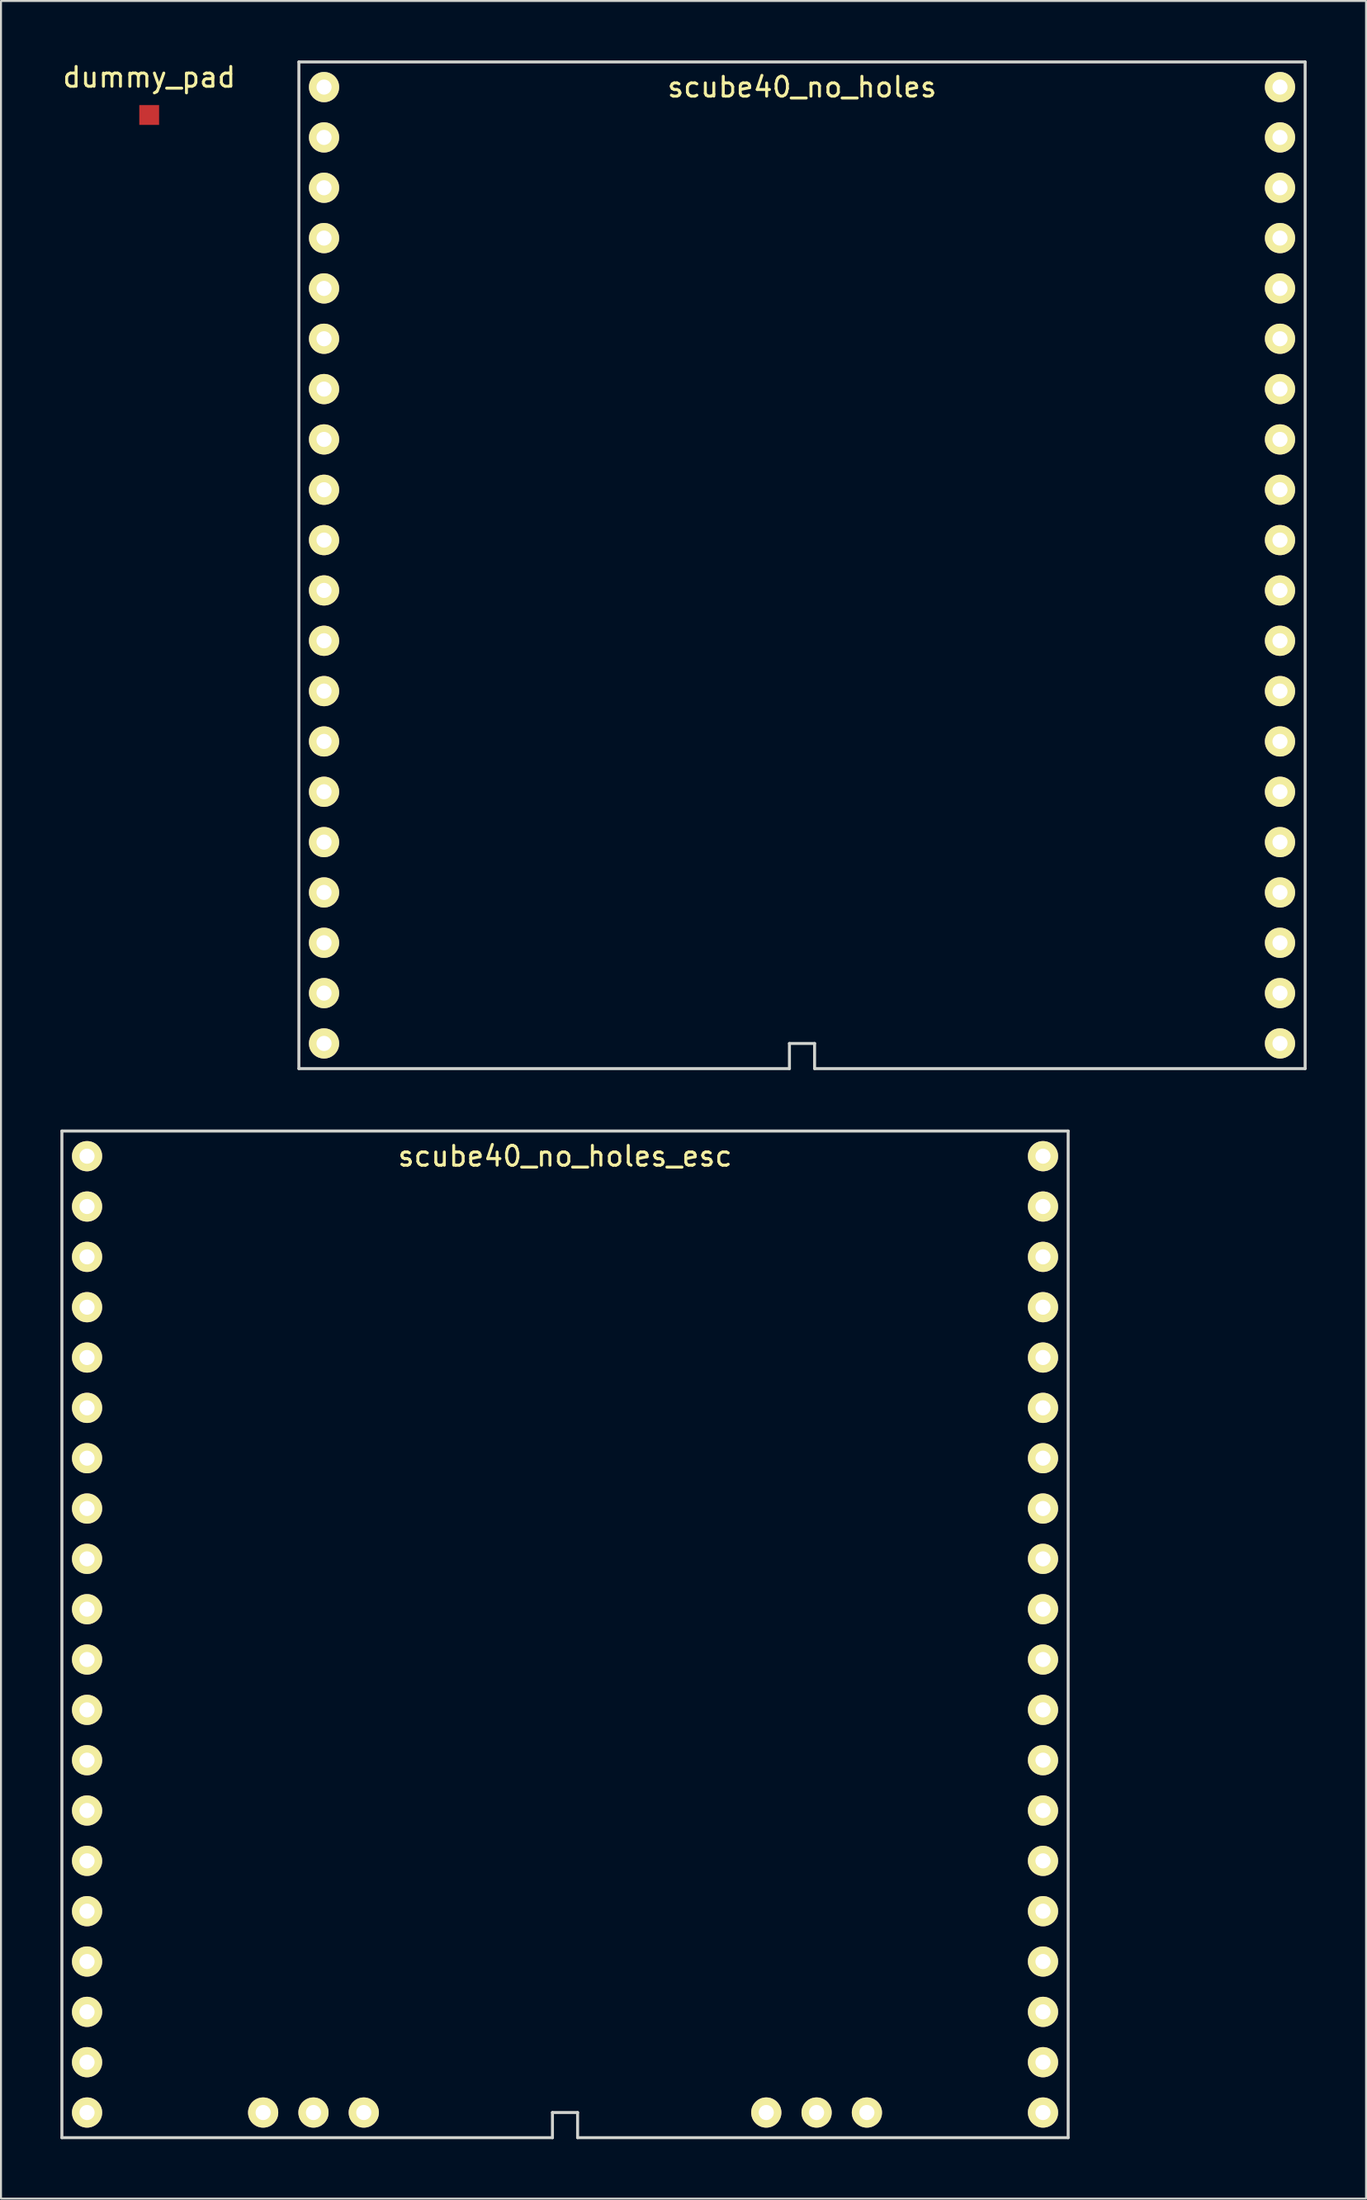
<source format=kicad_pcb>
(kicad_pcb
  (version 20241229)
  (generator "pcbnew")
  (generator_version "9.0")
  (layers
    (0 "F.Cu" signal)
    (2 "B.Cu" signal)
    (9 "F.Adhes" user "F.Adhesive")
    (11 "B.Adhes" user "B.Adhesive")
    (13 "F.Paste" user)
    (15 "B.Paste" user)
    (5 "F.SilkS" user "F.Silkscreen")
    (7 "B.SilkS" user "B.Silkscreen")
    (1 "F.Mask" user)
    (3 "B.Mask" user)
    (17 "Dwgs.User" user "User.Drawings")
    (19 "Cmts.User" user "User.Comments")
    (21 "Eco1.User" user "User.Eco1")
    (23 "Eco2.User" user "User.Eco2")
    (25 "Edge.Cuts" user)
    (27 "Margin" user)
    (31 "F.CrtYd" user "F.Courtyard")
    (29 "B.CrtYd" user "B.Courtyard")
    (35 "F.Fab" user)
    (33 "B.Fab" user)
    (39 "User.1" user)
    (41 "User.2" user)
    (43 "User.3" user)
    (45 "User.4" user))
  (footprint "scube40_no_holes"
    (layer "F.Cu")
    (at 37.439 25.475)
    (property "Reference" "scube40_no_holes" (at 0 -24.13 0) (layer "F.SilkS") (effects (font (size 1 1) (thickness 0.15))))
    (attr through_hole)
    (fp_line (start -25.4 -25.4) (end 25.4 -25.4) (stroke (width 0.15) (type solid)) (layer "Edge.Cuts"))
    (fp_line (start -25.4 25.4) (end -25.4 -25.4) (stroke (width 0.15) (type solid)) (layer "Edge.Cuts"))
    (fp_line (start -0.635 24.13) (end -0.635 25.4) (stroke (width 0.15) (type solid)) (layer "Edge.Cuts"))
    (fp_line (start -0.635 25.4) (end -25.4 25.4) (stroke (width 0.15) (type solid)) (layer "Edge.Cuts"))
    (fp_line (start 0.635 24.13) (end -0.635 24.13) (stroke (width 0.15) (type solid)) (layer "Edge.Cuts"))
    (fp_line (start 0.635 25.4) (end 0.635 24.13) (stroke (width 0.15) (type solid)) (layer "Edge.Cuts"))
    (fp_line (start 25.4 -25.4) (end 25.4 25.4) (stroke (width 0.15) (type solid)) (layer "Edge.Cuts"))
    (fp_line (start 25.4 25.4) (end 0.635 25.4) (stroke (width 0.15) (type solid)) (layer "Edge.Cuts"))
    (pad "1" thru_hole circle (at -24.13 -24.13) (size 1.524 1.524) (drill 0.762) (layers "*.Cu" "*.Mask" "F.SilkS"))
    (pad "2" thru_hole circle (at -24.13 -21.59) (size 1.524 1.524) (drill 0.762) (layers "*.Cu" "*.Mask" "F.SilkS"))
    (pad "3" thru_hole circle (at -24.13 -19.05) (size 1.524 1.524) (drill 0.762) (layers "*.Cu" "*.Mask" "F.SilkS"))
    (pad "4" thru_hole circle (at -24.13 -16.51) (size 1.524 1.524) (drill 0.762) (layers "*.Cu" "*.Mask" "F.SilkS"))
    (pad "5" thru_hole circle (at -24.13 -13.97) (size 1.524 1.524) (drill 0.762) (layers "*.Cu" "*.Mask" "F.SilkS"))
    (pad "6" thru_hole circle (at -24.13 -11.43) (size 1.524 1.524) (drill 0.762) (layers "*.Cu" "*.Mask" "F.SilkS"))
    (pad "7" thru_hole circle (at -24.13 -8.89) (size 1.524 1.524) (drill 0.762) (layers "*.Cu" "*.Mask" "F.SilkS"))
    (pad "8" thru_hole circle (at -24.13 -6.35) (size 1.524 1.524) (drill 0.762) (layers "*.Cu" "*.Mask" "F.SilkS"))
    (pad "9" thru_hole circle (at -24.13 -3.81) (size 1.524 1.524) (drill 0.762) (layers "*.Cu" "*.Mask" "F.SilkS"))
    (pad "10" thru_hole circle (at -24.13 -1.27) (size 1.524 1.524) (drill 0.762) (layers "*.Cu" "*.Mask" "F.SilkS"))
    (pad "11" thru_hole circle (at -24.13 1.27) (size 1.524 1.524) (drill 0.762) (layers "*.Cu" "*.Mask" "F.SilkS"))
    (pad "12" thru_hole circle (at -24.13 3.81) (size 1.524 1.524) (drill 0.762) (layers "*.Cu" "*.Mask" "F.SilkS"))
    (pad "13" thru_hole circle (at -24.13 6.35) (size 1.524 1.524) (drill 0.762) (layers "*.Cu" "*.Mask" "F.SilkS"))
    (pad "14" thru_hole circle (at -24.13 8.89) (size 1.524 1.524) (drill 0.762) (layers "*.Cu" "*.Mask" "F.SilkS"))
    (pad "15" thru_hole circle (at -24.13 11.43) (size 1.524 1.524) (drill 0.762) (layers "*.Cu" "*.Mask" "F.SilkS"))
    (pad "16" thru_hole circle (at -24.13 13.97) (size 1.524 1.524) (drill 0.762) (layers "*.Cu" "*.Mask" "F.SilkS"))
    (pad "17" thru_hole circle (at -24.13 16.51) (size 1.524 1.524) (drill 0.762) (layers "*.Cu" "*.Mask" "F.SilkS"))
    (pad "18" thru_hole circle (at -24.13 19.05) (size 1.524 1.524) (drill 0.762) (layers "*.Cu" "*.Mask" "F.SilkS"))
    (pad "19" thru_hole circle (at -24.13 21.59) (size 1.524 1.524) (drill 0.762) (layers "*.Cu" "*.Mask" "F.SilkS"))
    (pad "20" thru_hole circle (at -24.13 24.13) (size 1.524 1.524) (drill 0.762) (layers "*.Cu" "*.Mask" "F.SilkS"))
    (pad "21" thru_hole circle (at 24.13 24.13) (size 1.524 1.524) (drill 0.762) (layers "*.Cu" "*.Mask" "F.SilkS"))
    (pad "22" thru_hole circle (at 24.13 21.59) (size 1.524 1.524) (drill 0.762) (layers "*.Cu" "*.Mask" "F.SilkS"))
    (pad "23" thru_hole circle (at 24.13 19.05) (size 1.524 1.524) (drill 0.762) (layers "*.Cu" "*.Mask" "F.SilkS"))
    (pad "24" thru_hole circle (at 24.13 16.51) (size 1.524 1.524) (drill 0.762) (layers "*.Cu" "*.Mask" "F.SilkS"))
    (pad "25" thru_hole circle (at 24.13 13.97) (size 1.524 1.524) (drill 0.762) (layers "*.Cu" "*.Mask" "F.SilkS"))
    (pad "26" thru_hole circle (at 24.13 11.43) (size 1.524 1.524) (drill 0.762) (layers "*.Cu" "*.Mask" "F.SilkS"))
    (pad "27" thru_hole circle (at 24.13 8.89) (size 1.524 1.524) (drill 0.762) (layers "*.Cu" "*.Mask" "F.SilkS"))
    (pad "28" thru_hole circle (at 24.13 6.35) (size 1.524 1.524) (drill 0.762) (layers "*.Cu" "*.Mask" "F.SilkS"))
    (pad "29" thru_hole circle (at 24.13 3.81) (size 1.524 1.524) (drill 0.762) (layers "*.Cu" "*.Mask" "F.SilkS"))
    (pad "30" thru_hole circle (at 24.13 1.27) (size 1.524 1.524) (drill 0.762) (layers "*.Cu" "*.Mask" "F.SilkS"))
    (pad "31" thru_hole circle (at 24.13 -1.27) (size 1.524 1.524) (drill 0.762) (layers "*.Cu" "*.Mask" "F.SilkS"))
    (pad "32" thru_hole circle (at 24.13 -3.81) (size 1.524 1.524) (drill 0.762) (layers "*.Cu" "*.Mask" "F.SilkS"))
    (pad "33" thru_hole circle (at 24.13 -6.35) (size 1.524 1.524) (drill 0.762) (layers "*.Cu" "*.Mask" "F.SilkS"))
    (pad "34" thru_hole circle (at 24.13 -8.89) (size 1.524 1.524) (drill 0.762) (layers "*.Cu" "*.Mask" "F.SilkS"))
    (pad "35" thru_hole circle (at 24.13 -11.43) (size 1.524 1.524) (drill 0.762) (layers "*.Cu" "*.Mask" "F.SilkS"))
    (pad "36" thru_hole circle (at 24.13 -13.97) (size 1.524 1.524) (drill 0.762) (layers "*.Cu" "*.Mask" "F.SilkS"))
    (pad "37" thru_hole circle (at 24.13 -16.51) (size 1.524 1.524) (drill 0.762) (layers "*.Cu" "*.Mask" "F.SilkS"))
    (pad "38" thru_hole circle (at 24.13 -19.05) (size 1.524 1.524) (drill 0.762) (layers "*.Cu" "*.Mask" "F.SilkS"))
    (pad "39" thru_hole circle (at 24.13 -21.59) (size 1.524 1.524) (drill 0.762) (layers "*.Cu" "*.Mask" "F.SilkS"))
    (pad "40" thru_hole circle (at 24.13 -24.13) (size 1.524 1.524) (drill 0.762) (layers "*.Cu" "*.Mask" "F.SilkS")))
  (footprint "scube40_no_holes_esc"
    (layer "F.Cu")
    (at 25.475 79.425)
    (property "Reference" "scube40_no_holes_esc" (at 0 -24.13 0) (layer "F.SilkS") (effects (font (size 1 1) (thickness 0.15))))
    (attr through_hole)
    (fp_line (start -25.4 -25.4) (end 25.4 -25.4) (stroke (width 0.15) (type solid)) (layer "Edge.Cuts"))
    (fp_line (start -25.4 25.4) (end -25.4 -25.4) (stroke (width 0.15) (type solid)) (layer "Edge.Cuts"))
    (fp_line (start -0.635 24.13) (end -0.635 25.4) (stroke (width 0.15) (type solid)) (layer "Edge.Cuts"))
    (fp_line (start -0.635 25.4) (end -25.4 25.4) (stroke (width 0.15) (type solid)) (layer "Edge.Cuts"))
    (fp_line (start 0.635 24.13) (end -0.635 24.13) (stroke (width 0.15) (type solid)) (layer "Edge.Cuts"))
    (fp_line (start 0.635 25.4) (end 0.635 24.13) (stroke (width 0.15) (type solid)) (layer "Edge.Cuts"))
    (fp_line (start 25.4 -25.4) (end 25.4 25.4) (stroke (width 0.15) (type solid)) (layer "Edge.Cuts"))
    (fp_line (start 25.4 25.4) (end 0.635 25.4) (stroke (width 0.15) (type solid)) (layer "Edge.Cuts"))
    (pad "1" thru_hole circle (at -24.13 -24.13) (size 1.524 1.524) (drill 0.762) (layers "*.Cu" "*.Mask" "F.SilkS"))
    (pad "2" thru_hole circle (at -24.13 -21.59) (size 1.524 1.524) (drill 0.762) (layers "*.Cu" "*.Mask" "F.SilkS"))
    (pad "3" thru_hole circle (at -24.13 -19.05) (size 1.524 1.524) (drill 0.762) (layers "*.Cu" "*.Mask" "F.SilkS"))
    (pad "4" thru_hole circle (at -24.13 -16.51) (size 1.524 1.524) (drill 0.762) (layers "*.Cu" "*.Mask" "F.SilkS"))
    (pad "5" thru_hole circle (at -24.13 -13.97) (size 1.524 1.524) (drill 0.762) (layers "*.Cu" "*.Mask" "F.SilkS"))
    (pad "6" thru_hole circle (at -24.13 -11.43) (size 1.524 1.524) (drill 0.762) (layers "*.Cu" "*.Mask" "F.SilkS"))
    (pad "7" thru_hole circle (at -24.13 -8.89) (size 1.524 1.524) (drill 0.762) (layers "*.Cu" "*.Mask" "F.SilkS"))
    (pad "8" thru_hole circle (at -24.13 -6.35) (size 1.524 1.524) (drill 0.762) (layers "*.Cu" "*.Mask" "F.SilkS"))
    (pad "9" thru_hole circle (at -24.13 -3.81) (size 1.524 1.524) (drill 0.762) (layers "*.Cu" "*.Mask" "F.SilkS"))
    (pad "10" thru_hole circle (at -24.13 -1.27) (size 1.524 1.524) (drill 0.762) (layers "*.Cu" "*.Mask" "F.SilkS"))
    (pad "11" thru_hole circle (at -24.13 1.27) (size 1.524 1.524) (drill 0.762) (layers "*.Cu" "*.Mask" "F.SilkS"))
    (pad "12" thru_hole circle (at -24.13 3.81) (size 1.524 1.524) (drill 0.762) (layers "*.Cu" "*.Mask" "F.SilkS"))
    (pad "13" thru_hole circle (at -24.13 6.35) (size 1.524 1.524) (drill 0.762) (layers "*.Cu" "*.Mask" "F.SilkS"))
    (pad "14" thru_hole circle (at -24.13 8.89) (size 1.524 1.524) (drill 0.762) (layers "*.Cu" "*.Mask" "F.SilkS"))
    (pad "15" thru_hole circle (at -24.13 11.43) (size 1.524 1.524) (drill 0.762) (layers "*.Cu" "*.Mask" "F.SilkS"))
    (pad "16" thru_hole circle (at -24.13 13.97) (size 1.524 1.524) (drill 0.762) (layers "*.Cu" "*.Mask" "F.SilkS"))
    (pad "17" thru_hole circle (at -24.13 16.51) (size 1.524 1.524) (drill 0.762) (layers "*.Cu" "*.Mask" "F.SilkS"))
    (pad "18" thru_hole circle (at -24.13 19.05) (size 1.524 1.524) (drill 0.762) (layers "*.Cu" "*.Mask" "F.SilkS"))
    (pad "19" thru_hole circle (at -24.13 21.59) (size 1.524 1.524) (drill 0.762) (layers "*.Cu" "*.Mask" "F.SilkS"))
    (pad "20" thru_hole circle (at -24.13 24.13) (size 1.524 1.524) (drill 0.762) (layers "*.Cu" "*.Mask" "F.SilkS"))
    (pad "21" thru_hole circle (at 24.13 24.13) (size 1.524 1.524) (drill 0.762) (layers "*.Cu" "*.Mask" "F.SilkS"))
    (pad "22" thru_hole circle (at 24.13 21.59) (size 1.524 1.524) (drill 0.762) (layers "*.Cu" "*.Mask" "F.SilkS"))
    (pad "23" thru_hole circle (at 24.13 19.05) (size 1.524 1.524) (drill 0.762) (layers "*.Cu" "*.Mask" "F.SilkS"))
    (pad "24" thru_hole circle (at 24.13 16.51) (size 1.524 1.524) (drill 0.762) (layers "*.Cu" "*.Mask" "F.SilkS"))
    (pad "25" thru_hole circle (at 24.13 13.97) (size 1.524 1.524) (drill 0.762) (layers "*.Cu" "*.Mask" "F.SilkS"))
    (pad "26" thru_hole circle (at 24.13 11.43) (size 1.524 1.524) (drill 0.762) (layers "*.Cu" "*.Mask" "F.SilkS"))
    (pad "27" thru_hole circle (at 24.13 8.89) (size 1.524 1.524) (drill 0.762) (layers "*.Cu" "*.Mask" "F.SilkS"))
    (pad "28" thru_hole circle (at 24.13 6.35) (size 1.524 1.524) (drill 0.762) (layers "*.Cu" "*.Mask" "F.SilkS"))
    (pad "29" thru_hole circle (at 24.13 3.81) (size 1.524 1.524) (drill 0.762) (layers "*.Cu" "*.Mask" "F.SilkS"))
    (pad "30" thru_hole circle (at 24.13 1.27) (size 1.524 1.524) (drill 0.762) (layers "*.Cu" "*.Mask" "F.SilkS"))
    (pad "31" thru_hole circle (at 24.13 -1.27) (size 1.524 1.524) (drill 0.762) (layers "*.Cu" "*.Mask" "F.SilkS"))
    (pad "32" thru_hole circle (at 24.13 -3.81) (size 1.524 1.524) (drill 0.762) (layers "*.Cu" "*.Mask" "F.SilkS"))
    (pad "33" thru_hole circle (at 24.13 -6.35) (size 1.524 1.524) (drill 0.762) (layers "*.Cu" "*.Mask" "F.SilkS"))
    (pad "34" thru_hole circle (at 24.13 -8.89) (size 1.524 1.524) (drill 0.762) (layers "*.Cu" "*.Mask" "F.SilkS"))
    (pad "35" thru_hole circle (at 24.13 -11.43) (size 1.524 1.524) (drill 0.762) (layers "*.Cu" "*.Mask" "F.SilkS"))
    (pad "36" thru_hole circle (at 24.13 -13.97) (size 1.524 1.524) (drill 0.762) (layers "*.Cu" "*.Mask" "F.SilkS"))
    (pad "37" thru_hole circle (at 24.13 -16.51) (size 1.524 1.524) (drill 0.762) (layers "*.Cu" "*.Mask" "F.SilkS"))
    (pad "38" thru_hole circle (at 24.13 -19.05) (size 1.524 1.524) (drill 0.762) (layers "*.Cu" "*.Mask" "F.SilkS"))
    (pad "39" thru_hole circle (at 24.13 -21.59) (size 1.524 1.524) (drill 0.762) (layers "*.Cu" "*.Mask" "F.SilkS"))
    (pad "40" thru_hole circle (at 24.13 -24.13) (size 1.524 1.524) (drill 0.762) (layers "*.Cu" "*.Mask" "F.SilkS"))
    (pad "41" thru_hole circle (at -15.24 24.13 90) (size 1.524 1.524) (drill 0.762) (layers "*.Cu" "*.Mask" "F.SilkS"))
    (pad "42" thru_hole circle (at -12.7 24.13 90) (size 1.524 1.524) (drill 0.762) (layers "*.Cu" "*.Mask" "F.SilkS"))
    (pad "43" thru_hole circle (at -10.16 24.13 90) (size 1.524 1.524) (drill 0.762) (layers "*.Cu" "*.Mask" "F.SilkS"))
    (pad "44" thru_hole circle (at 10.16 24.13 90) (size 1.524 1.524) (drill 0.762) (layers "*.Cu" "*.Mask" "F.SilkS"))
    (pad "45" thru_hole circle (at 12.7 24.13 90) (size 1.524 1.524) (drill 0.762) (layers "*.Cu" "*.Mask" "F.SilkS"))
    (pad "46" thru_hole circle (at 15.24 24.13 90) (size 1.524 1.524) (drill 0.762) (layers "*.Cu" "*.Mask" "F.SilkS")))
  (footprint "dummy_pad"
    (layer "F.Cu")
    (at 4.482 2.753)
    (property "Reference" "dummy_pad" (at 0 -1.905 0) (layer "F.SilkS") (effects (font (size 1 1) (thickness 0.15))))
    (attr through_hole)
    (pad "1" smd rect (at 0 0) (size 1 1) (layers "F.Cu")))
  (gr_rect
    (start -3 -3)
    (end 65.914 107.9)
    (stroke (width 0.1) (type default))
    (fill no)
    (layer "Edge.Cuts")))
</source>
